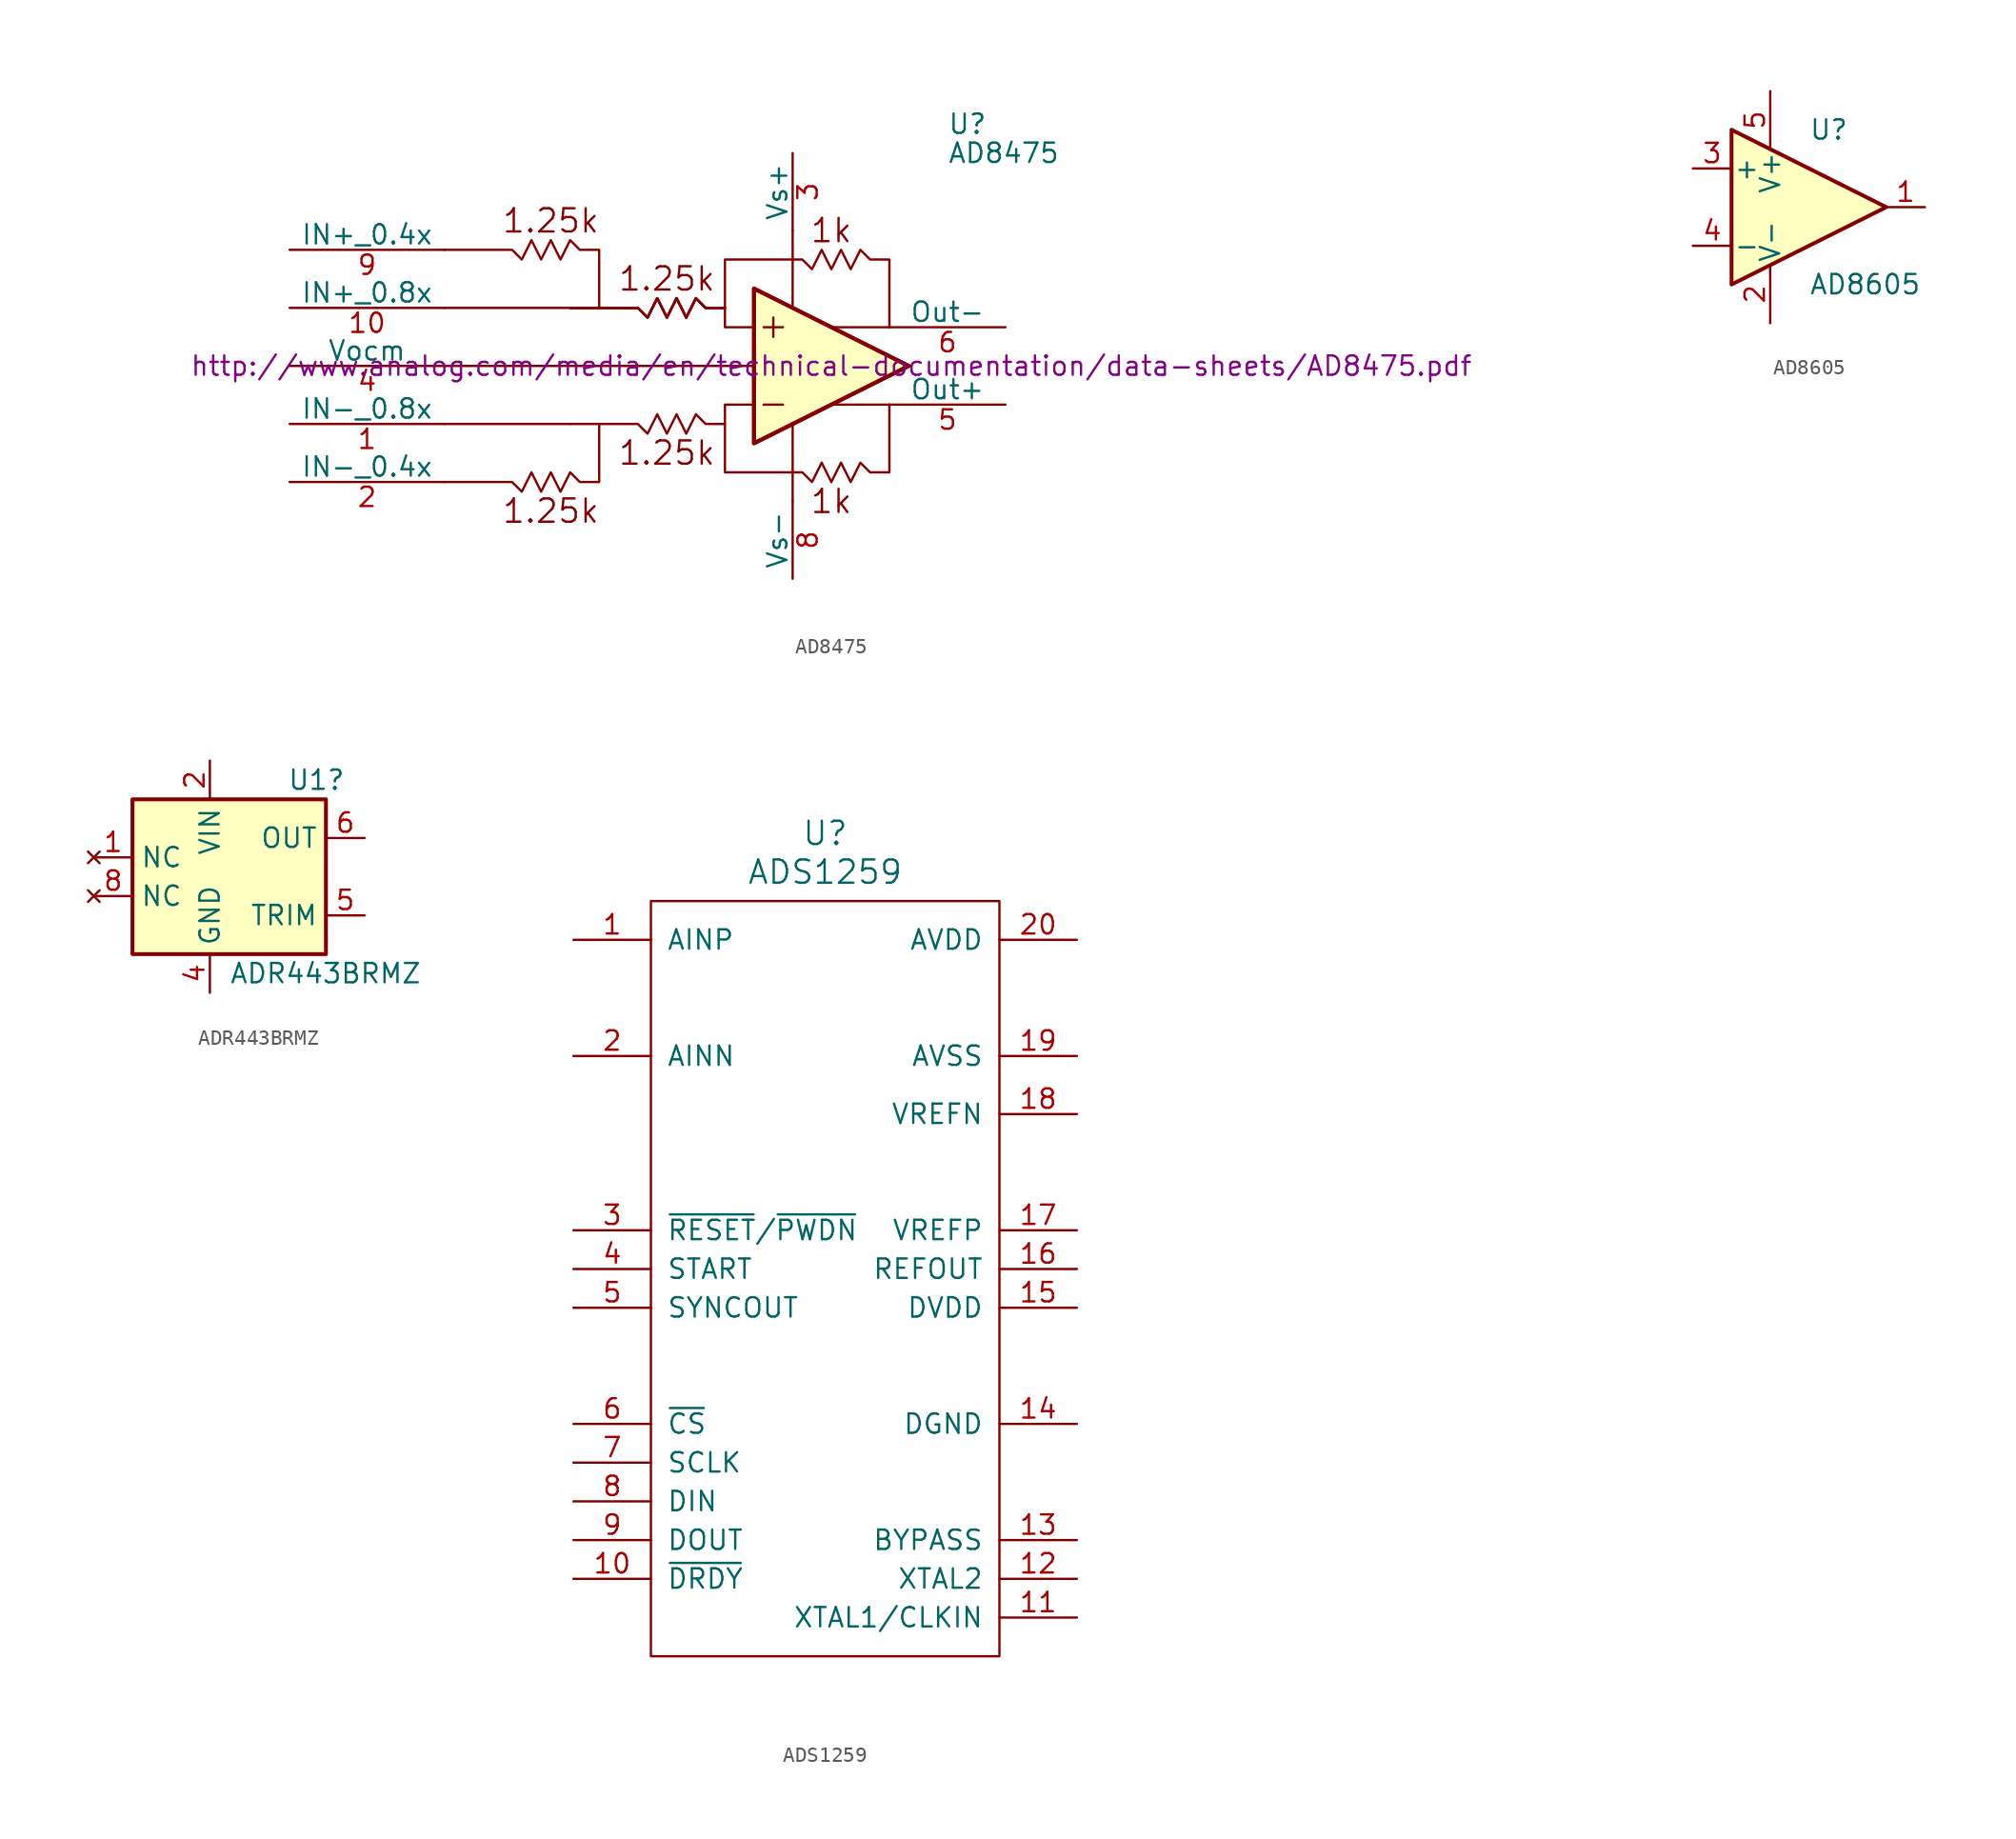
<source format=kicad_sym>
(kicad_symbol_lib
  (version 20241209)
  (generator "kicad_symbol_editor")
  (generator_version "9.0")
  (symbol "AD8475"
    (pin_names
      (offset 0))
    (property "Reference" "U"
      (at 7.62 15.875 0)
      (effects (font (size 1.27 1.27)) (justify left)))
    (property "Value" "AD8475"
      (at 7.62 13.97 0)
      (effects (font (size 1.27 1.27)) (justify left)))
    (property "Footprint" ""
      (at 0 0 0)
      (effects (font (size 1.27 1.27))))
    (property "Datasheet" "http://www.analog.com/media/en/technical-documentation/data-sheets/AD8475.pdf"
      (at 0 0 0)
      (effects (font (size 1.27 1.27))))
    (symbol "AD8475_0_0"
      (polyline (pts (xy 3.81 2.54) (xy 0 2.54)) (stroke (width 0) (type default)) (fill (type none)))
      (polyline (pts (xy 3.81 -2.54) (xy 0 -2.54)) (stroke (width 0) (type default)) (fill (type none)))
      (text "1.25k" (at -18.415 9.525 0) (effects (font (size 1.524 1.524))))
      (text "1.25k" (at -18.415 -9.525 0) (effects (font (size 1.524 1.524))))
      (text "1.25k" (at -10.795 5.715 0) (effects (font (size 1.524 1.524))))
      (text "1.25k" (at -10.795 -5.715 0) (effects (font (size 1.524 1.524))))
      (text "1k" (at 0 8.89 0) (effects (font (size 1.524 1.524))))
      (text "1k" (at 0 -8.89 0) (effects (font (size 1.524 1.524)))))
    (symbol "AD8475_0_1"
      (polyline (pts (xy -17.145 3.81) (xy -25.4 3.81)) (stroke (width 0) (type default)) (fill (type none)))
      (polyline (pts (xy -17.145 -3.81) (xy -25.4 -3.81)) (stroke (width 0) (type default)) (fill (type none)))
      (polyline (pts (xy -15.24 3.81) (xy -15.24 7.62) (xy -16.51 7.62) (xy -17.145 8.255) (xy -17.78 6.985) (xy -18.415 8.255) (xy -19.05 6.985) (xy -19.685 8.255) (xy -20.32 6.985) (xy -20.955 7.62) (xy -25.4 7.62)) (stroke (width 0) (type default)) (fill (type none)))
      (polyline (pts (xy -15.24 -3.81) (xy -15.24 -7.62) (xy -16.51 -7.62) (xy -17.145 -6.985) (xy -17.78 -8.255) (xy -18.415 -6.985) (xy -19.05 -8.255) (xy -19.685 -6.985) (xy -20.32 -8.255) (xy -20.955 -7.62) (xy -25.4 -7.62)) (stroke (width 0) (type default)) (fill (type none)))
      (polyline (pts (xy -6.985 3.81) (xy -8.255 3.81) (xy -8.89 4.445) (xy -9.525 3.175) (xy -10.16 4.445) (xy -10.795 3.175) (xy -11.43 4.445) (xy -12.065 3.175) (xy -12.7 3.81) (xy -17.145 3.81)) (stroke (width 0) (type default)) (fill (type none)))
      (polyline (pts (xy -6.985 3.81) (xy -8.255 3.81) (xy -8.89 4.445) (xy -9.525 3.175) (xy -10.16 4.445) (xy -10.795 3.175) (xy -11.43 4.445) (xy -12.065 3.175) (xy -12.7 3.81) (xy -17.145 3.81)) (stroke (width 0) (type default)) (fill (type none)))
      (polyline (pts (xy -6.985 3.81) (xy -8.255 3.81) (xy -8.89 4.445) (xy -9.525 3.175) (xy -10.16 4.445) (xy -10.795 3.175) (xy -11.43 4.445) (xy -12.065 3.175) (xy -12.7 3.81) (xy -17.145 3.81)) (stroke (width 0) (type default)) (fill (type none)))
      (polyline (pts (xy -6.985 3.81) (xy -8.255 3.81) (xy -8.89 4.445) (xy -9.525 3.175) (xy -10.16 4.445) (xy -10.795 3.175) (xy -11.43 4.445) (xy -12.065 3.175) (xy -12.7 3.81) (xy -17.145 3.81)) (stroke (width 0) (type default)) (fill (type none)))
      (polyline (pts (xy -6.985 -3.81) (xy -8.255 -3.81) (xy -8.89 -3.175) (xy -9.525 -4.445) (xy -10.16 -3.175) (xy -10.795 -4.445) (xy -11.43 -3.175) (xy -12.065 -4.445) (xy -12.7 -3.81) (xy -17.145 -3.81)) (stroke (width 0) (type default)) (fill (type none)))
      (polyline (pts (xy -5.08 0) (xy -25.4 0)) (stroke (width 0) (type default)) (fill (type none)))
      (polyline (pts (xy -4.445 2.54) (xy -3.175 2.54)) (stroke (width 0) (type default)) (fill (type none)))
      (polyline (pts (xy -4.445 -2.54) (xy -3.175 -2.54)) (stroke (width 0) (type default)) (fill (type none)))
      (polyline (pts (xy -3.81 3.175) (xy -3.81 1.905)) (stroke (width 0) (type default)) (fill (type none)))
      (polyline (pts (xy -2.54 3.81) (xy -2.54 8.89)) (stroke (width 0) (type default)) (fill (type none)))
      (polyline (pts (xy -2.54 -3.81) (xy -2.54 -8.89)) (stroke (width 0) (type default)) (fill (type none)))
      (polyline (pts (xy 3.81 2.54) (xy 3.81 6.985) (xy 2.54 6.985) (xy 1.905 7.62) (xy 1.27 6.35) (xy 0.635 7.62) (xy 0 6.35) (xy -0.635 7.62) (xy -1.27 6.35) (xy -1.905 6.985) (xy -6.985 6.985) (xy -6.985 2.54) (xy -5.08 2.54)) (stroke (width 0) (type default)) (fill (type none)))
      (polyline (pts (xy 3.81 -2.54) (xy 3.81 -6.985) (xy 2.54 -6.985) (xy 1.905 -6.35) (xy 1.27 -7.62) (xy 0.635 -6.35) (xy 0 -7.62) (xy -0.635 -6.35) (xy -1.27 -7.62) (xy -1.905 -6.985) (xy -6.985 -6.985) (xy -6.985 -2.54) (xy -5.08 -2.54)) (stroke (width 0) (type default)) (fill (type none)))
      (polyline (pts (xy 5.08 0) (xy -5.08 5.08) (xy -5.08 -5.08) (xy 5.08 0)) (stroke (width 0.254) (type default)) (fill (type background)))
      (polyline (pts (xy 5.08 0) (xy -5.08 5.08) (xy -5.08 -5.08) (xy 5.08 0)) (stroke (width 0.254) (type default)) (fill (type background))))
    (symbol "AD8475_1_1"
      (pin input line (at -35.56 7.62 0) (length 10.16) (name "IN+_0.4x" (effects (font (size 1.27 1.27)))) (number "9" (effects (font (size 1.27 1.27)))))
      (pin input line (at -35.56 3.81 0) (length 10.16) (name "IN+_0.8x" (effects (font (size 1.27 1.27)))) (number "10" (effects (font (size 1.27 1.27)))))
      (pin input line (at -35.56 0 0) (length 10.16) (name "Vocm" (effects (font (size 1.27 1.27)))) (number "4" (effects (font (size 1.27 1.27)))))
      (pin input line (at -35.56 -3.81 0) (length 10.16) (name "IN-_0.8x" (effects (font (size 1.27 1.27)))) (number "1" (effects (font (size 1.27 1.27)))))
      (pin input line (at -35.56 -7.62 0) (length 10.16) (name "IN-_0.4x" (effects (font (size 1.27 1.27)))) (number "2" (effects (font (size 1.27 1.27)))))
      (pin power_in line (at -2.54 13.97 270) (length 5.08) (name "Vs+" (effects (font (size 1.27 1.27)))) (number "3" (effects (font (size 1.27 1.27)))))
      (pin power_in line (at -2.54 -13.97 90) (length 5.08) (name "Vs-" (effects (font (size 1.27 1.27)))) (number "8" (effects (font (size 1.27 1.27)))))
      (pin no_connect line (at 1.27 0 180) (length 2.54) (hide yes) (name "NC" (effects (font (size 1.27 1.27)))) (number "7" (effects (font (size 1.27 1.27)))))
      (pin output line (at 11.43 2.54 180) (length 7.62) (name "Out-" (effects (font (size 1.27 1.27)))) (number "6" (effects (font (size 1.27 1.27)))))
      (pin output line (at 11.43 -2.54 180) (length 7.62) (name "Out+" (effects (font (size 1.27 1.27)))) (number "5" (effects (font (size 1.27 1.27)))))))
  (symbol "AD8605"
    (pin_names
      (offset 0.127))
    (property "Reference" "U"
      (at 0 5.08 0)
      (effects (font (size 1.27 1.27)) (justify left)))
    (property "Value" "AD8605"
      (at 0 -5.08 0)
      (effects (font (size 1.27 1.27)) (justify left)))
    (symbol "AD8605_0_1"
      (polyline (pts (xy -5.08 5.08) (xy 5.08 0) (xy -5.08 -5.08) (xy -5.08 5.08)) (stroke (width 0.254) (type default)) (fill (type background)))
      (pin power_in line (at -2.54 7.62 270) (length 3.81) (name "V+" (effects (font (size 1.27 1.27)))) (number "5" (effects (font (size 1.27 1.27)))))
      (pin power_in line (at -2.54 -7.62 90) (length 3.81) (name "V-" (effects (font (size 1.27 1.27)))) (number "2" (effects (font (size 1.27 1.27))))))
    (symbol "AD8605_1_1"
      (pin input line (at -7.62 2.54 0) (length 2.54) (name "+" (effects (font (size 1.27 1.27)))) (number "3" (effects (font (size 1.27 1.27)))))
      (pin input line (at -7.62 -2.54 0) (length 2.54) (name "-" (effects (font (size 1.27 1.27)))) (number "4" (effects (font (size 1.27 1.27)))))
      (pin output line (at 7.62 0 180) (length 2.54) (name "~" (effects (font (size 1.27 1.27)))) (number "1" (effects (font (size 1.27 1.27)))))))
  (symbol "ADR443BRMZ"
    (property "Reference" "U1"
      (at 3.81 6.35 0)
      (effects (font (size 1.27 1.27)) (justify left)))
    (property "Value" "ADR443BRMZ"
      (at 0 -6.35 0)
      (effects (font (size 1.27 1.27)) (justify left)))
    (symbol "ADR443BRMZ_0_1"
      (rectangle (start -6.35 5.08) (end 6.35 -5.08) (stroke (width 0.254) (type default)) (fill (type background)))
      (pin no_connect line (at -8.89 3.81 0) (length 2.54) (hide yes) (name "NC" (effects (font (size 1.27 1.27)))) (number "7" (effects (font (size 1.27 1.27)))))
      (pin power_in line (at -1.27 7.62 270) (length 2.54) (name "VIN" (effects (font (size 1.27 1.27)))) (number "2" (effects (font (size 1.27 1.27)))))
      (pin power_in line (at -1.27 -7.62 90) (length 2.54) (name "GND" (effects (font (size 1.27 1.27)))) (number "4" (effects (font (size 1.27 1.27)))))
      (pin output line (at 8.89 2.54 180) (length 2.54) (name "OUT" (effects (font (size 1.27 1.27)))) (number "6" (effects (font (size 1.27 1.27)))))
      (pin no_connect line (at 8.89 0 180) (length 2.54) (hide yes) (name "NC" (effects (font (size 1.27 1.27)))) (number "3" (effects (font (size 1.27 1.27)))))
      (pin passive line (at 8.89 -2.54 180) (length 2.54) (name "TRIM" (effects (font (size 1.27 1.27)))) (number "5" (effects (font (size 1.27 1.27))))))
    (symbol "ADR443BRMZ_1_1"
      (pin no_connect line (at -8.89 1.27 0) (length 2.54) (name "NC" (effects (font (size 1.27 1.27)))) (number "1" (effects (font (size 1.27 1.27)))))
      (pin no_connect line (at -8.89 -1.27 0) (length 2.54) (name "NC" (effects (font (size 1.27 1.27)))) (number "8" (effects (font (size 1.27 1.27)))))))
  (symbol "ADS1259"
    (pin_names
      (offset 1.016))
    (property "Reference" "U"
      (at 0 28.575 0)
      (effects (font (size 1.524 1.524))))
    (property "Value" "ADS1259"
      (at 0 26.035 0)
      (effects (font (size 1.524 1.524))))
    (symbol "ADS1259_0_1"
      (rectangle (start -11.43 24.13) (end 11.43 -25.4) (stroke (width 0) (type default)) (fill (type none))))
    (symbol "ADS1259_1_1"
      (pin input line (at -16.51 21.59 0) (length 5.08) (name "AINP" (effects (font (size 1.27 1.27)))) (number "1" (effects (font (size 1.27 1.27)))))
      (pin input line (at -16.51 13.97 0) (length 5.08) (name "AINN" (effects (font (size 1.27 1.27)))) (number "2" (effects (font (size 1.27 1.27)))))
      (pin input line (at -16.51 2.54 0) (length 5.08) (name "~{RESET}/~{PWDN}" (effects (font (size 1.27 1.27)))) (number "3" (effects (font (size 1.27 1.27)))))
      (pin input line (at -16.51 0 0) (length 5.08) (name "START" (effects (font (size 1.27 1.27)))) (number "4" (effects (font (size 1.27 1.27)))))
      (pin output line (at -16.51 -2.54 0) (length 5.08) (name "SYNCOUT" (effects (font (size 1.27 1.27)))) (number "5" (effects (font (size 1.27 1.27)))))
      (pin input line (at -16.51 -10.16 0) (length 5.08) (name "~{CS}" (effects (font (size 1.27 1.27)))) (number "6" (effects (font (size 1.27 1.27)))))
      (pin input line (at -16.51 -12.7 0) (length 5.08) (name "SCLK" (effects (font (size 1.27 1.27)))) (number "7" (effects (font (size 1.27 1.27)))))
      (pin input line (at -16.51 -15.24 0) (length 5.08) (name "DIN" (effects (font (size 1.27 1.27)))) (number "8" (effects (font (size 1.27 1.27)))))
      (pin output line (at -16.51 -17.78 0) (length 5.08) (name "DOUT" (effects (font (size 1.27 1.27)))) (number "9" (effects (font (size 1.27 1.27)))))
      (pin output line (at -16.51 -20.32 0) (length 5.08) (name "~{DRDY}" (effects (font (size 1.27 1.27)))) (number "10" (effects (font (size 1.27 1.27)))))
      (pin power_in line (at 16.51 21.59 180) (length 5.08) (name "AVDD" (effects (font (size 1.27 1.27)))) (number "20" (effects (font (size 1.27 1.27)))))
      (pin power_in line (at 16.51 13.97 180) (length 5.08) (name "AVSS" (effects (font (size 1.27 1.27)))) (number "19" (effects (font (size 1.27 1.27)))))
      (pin bidirectional line (at 16.51 10.16 180) (length 5.08) (name "VREFN" (effects (font (size 1.27 1.27)))) (number "18" (effects (font (size 1.27 1.27)))))
      (pin bidirectional line (at 16.51 2.54 180) (length 5.08) (name "VREFP" (effects (font (size 1.27 1.27)))) (number "17" (effects (font (size 1.27 1.27)))))
      (pin output line (at 16.51 0 180) (length 5.08) (name "REFOUT" (effects (font (size 1.27 1.27)))) (number "16" (effects (font (size 1.27 1.27)))))
      (pin power_in line (at 16.51 -2.54 180) (length 5.08) (name "DVDD" (effects (font (size 1.27 1.27)))) (number "15" (effects (font (size 1.27 1.27)))))
      (pin power_in line (at 16.51 -10.16 180) (length 5.08) (name "DGND" (effects (font (size 1.27 1.27)))) (number "14" (effects (font (size 1.27 1.27)))))
      (pin output line (at 16.51 -17.78 180) (length 5.08) (name "BYPASS" (effects (font (size 1.27 1.27)))) (number "13" (effects (font (size 1.27 1.27)))))
      (pin input line (at 16.51 -20.32 180) (length 5.08) (name "XTAL2" (effects (font (size 1.27 1.27)))) (number "12" (effects (font (size 1.27 1.27)))))
      (pin input line (at 16.51 -22.86 180) (length 5.08) (name "XTAL1/CLKIN" (effects (font (size 1.27 1.27)))) (number "11" (effects (font (size 1.27 1.27))))))))
</source>
